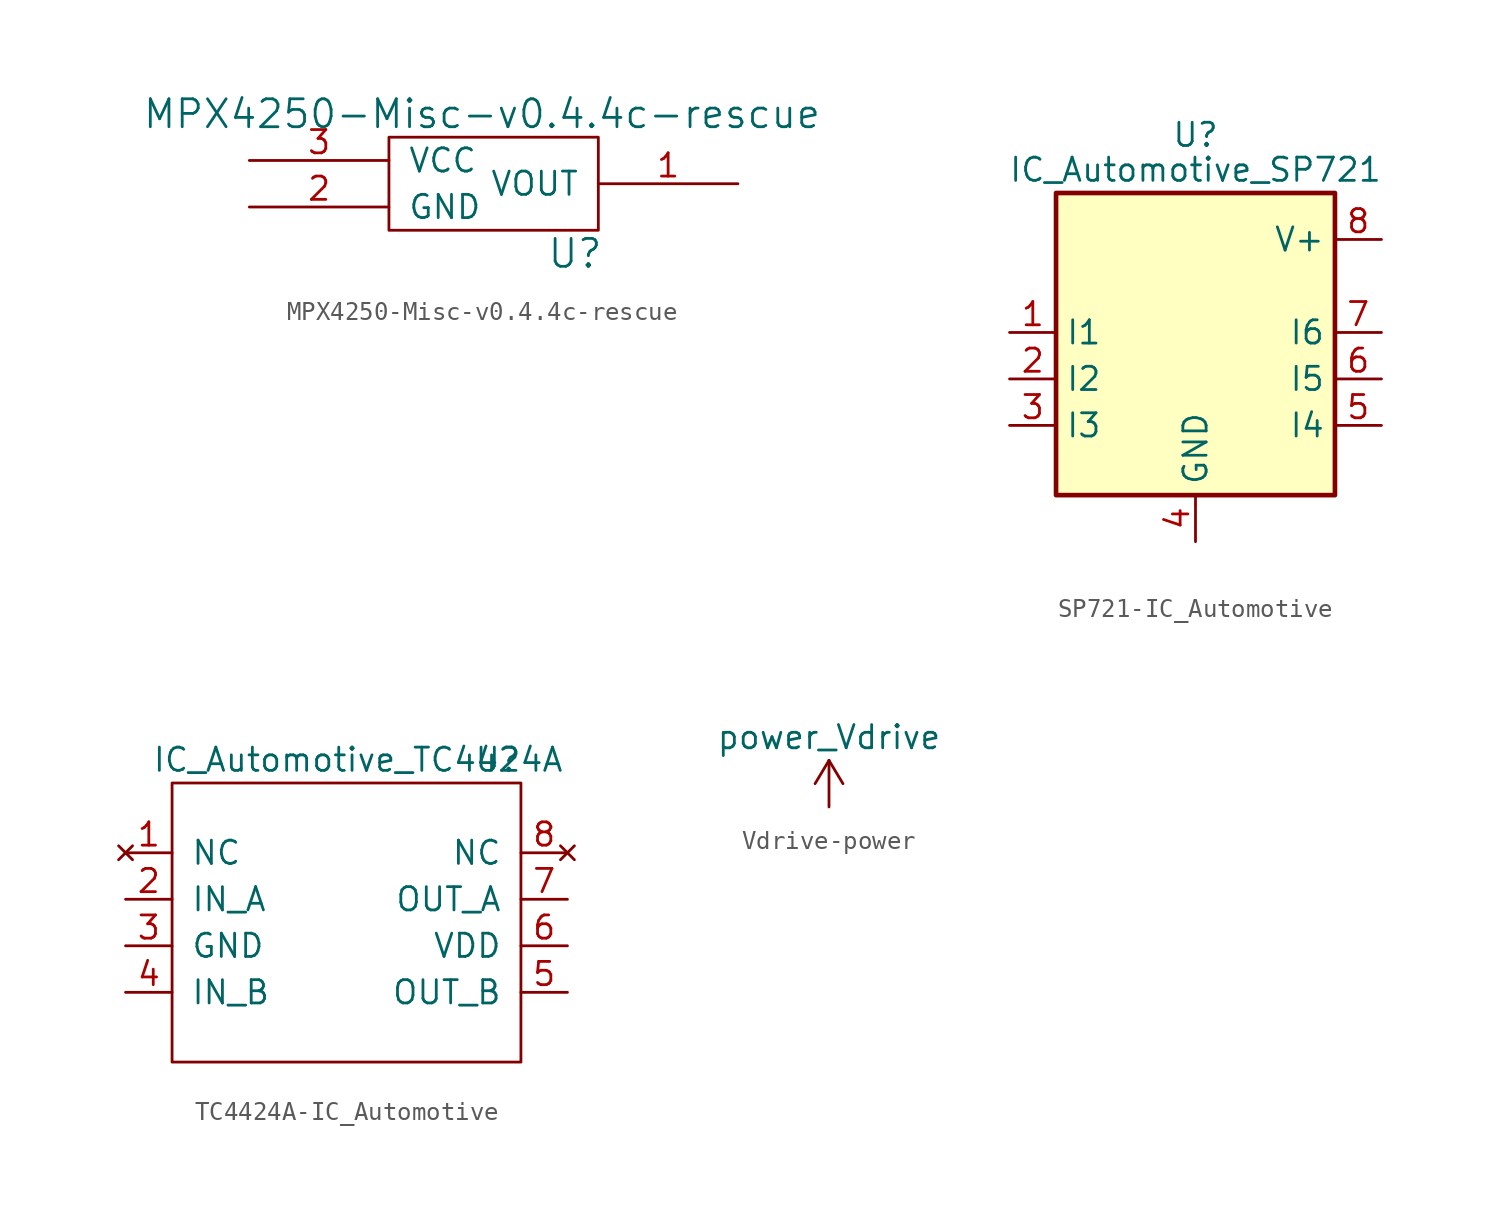
<source format=kicad_sym>
(kicad_symbol_lib
  (version 20231120)
  (generator "kicad_symbol_editor")
  (generator_version "8.0")
  (symbol "MPX4250-Misc-v0.4.4c-rescue"
    (pin_names
      (offset 1.016))
    (property "Reference" "U"
      (at 3.81 -3.81 0)
      (effects (font (size 1.524 1.524))))
    (property "Value" "MPX4250-Misc-v0.4.4c-rescue"
      (at -1.27 3.81 0)
      (effects (font (size 1.524 1.524))))
    (property "Footprint" ""
      (at -1.27 0 0)
      (effects (font (size 1.524 1.524))))
    (property "Datasheet" ""
      (at -1.27 0 0)
      (effects (font (size 1.524 1.524))))
    (symbol "MPX4250-Misc-v0.4.4c-rescue_0_1"
      (rectangle (start -6.35 2.54) (end 5.08 -2.54) (stroke (width 0) (type solid)) (fill (type none))))
    (symbol "MPX4250-Misc-v0.4.4c-rescue_1_1"
      (pin output line (at 12.7 0 180) (length 7.62) (name "VOUT" (effects (font (size 1.27 1.27)))) (number "1" (effects (font (size 1.27 1.27)))))
      (pin power_in line (at -13.97 -1.27 0) (length 7.62) (name "GND" (effects (font (size 1.27 1.27)))) (number "2" (effects (font (size 1.27 1.27)))))
      (pin power_in line (at -13.97 1.27 0) (length 7.62) (name "VCC" (effects (font (size 1.27 1.27)))) (number "3" (effects (font (size 1.27 1.27)))))))
  (symbol "SP721-IC_Automotive"
    (property "Reference" "U"
      (at 0 15.875 0)
      (effects (font (size 1.27 1.27))))
    (property "Value" "IC_Automotive_SP721"
      (at 0 13.97 0)
      (effects (font (size 1.27 1.27))))
    (symbol "SP721-IC_Automotive_0_1"
      (rectangle (start -7.62 -3.81) (end 7.62 12.7) (stroke (width 0.254) (type solid)) (fill (type background))))
    (symbol "SP721-IC_Automotive_1_1"
      (pin input line (at -10.16 5.08 0) (length 2.54) (name "I1" (effects (font (size 1.27 1.27)))) (number "1" (effects (font (size 1.27 1.27)))))
      (pin input line (at -10.16 2.54 0) (length 2.54) (name "I2" (effects (font (size 1.27 1.27)))) (number "2" (effects (font (size 1.27 1.27)))))
      (pin input line (at -10.16 0 0) (length 2.54) (name "I3" (effects (font (size 1.27 1.27)))) (number "3" (effects (font (size 1.27 1.27)))))
      (pin power_in line (at 0 -6.35 90) (length 2.54) (name "GND" (effects (font (size 1.27 1.27)))) (number "4" (effects (font (size 1.27 1.27)))))
      (pin input line (at 10.16 0 180) (length 2.54) (name "I4" (effects (font (size 1.27 1.27)))) (number "5" (effects (font (size 1.27 1.27)))))
      (pin input line (at 10.16 2.54 180) (length 2.54) (name "I5" (effects (font (size 1.27 1.27)))) (number "6" (effects (font (size 1.27 1.27)))))
      (pin input line (at 10.16 5.08 180) (length 2.54) (name "I6" (effects (font (size 1.27 1.27)))) (number "7" (effects (font (size 1.27 1.27)))))
      (pin power_in line (at 10.16 10.16 180) (length 2.54) (name "V+" (effects (font (size 1.27 1.27)))) (number "8" (effects (font (size 1.27 1.27)))))))
  (symbol "TC4424A-IC_Automotive"
    (pin_names
      (offset 1.016))
    (property "Reference" "U"
      (at -7.62 38.1 0)
      (effects (font (size 1.27 1.27))))
    (property "Value" "IC_Automotive_TC4424A"
      (at -15.24 38.1 0)
      (effects (font (size 1.27 1.27))))
    (symbol "TC4424A-IC_Automotive_0_1"
      (rectangle (start -25.4 36.83) (end -6.35 21.59) (stroke (width 0) (type solid)) (fill (type none))))
    (symbol "TC4424A-IC_Automotive_1_1"
      (pin no_connect line (at -27.94 33.02 0) (length 2.54) (name "NC" (effects (font (size 1.27 1.27)))) (number "1" (effects (font (size 1.27 1.27)))))
      (pin input line (at -27.94 30.48 0) (length 2.54) (name "IN_A" (effects (font (size 1.27 1.27)))) (number "2" (effects (font (size 1.27 1.27)))))
      (pin power_in line (at -27.94 27.94 0) (length 2.54) (name "GND" (effects (font (size 1.27 1.27)))) (number "3" (effects (font (size 1.27 1.27)))))
      (pin input line (at -27.94 25.4 0) (length 2.54) (name "IN_B" (effects (font (size 1.27 1.27)))) (number "4" (effects (font (size 1.27 1.27)))))
      (pin input line (at -3.81 25.4 180) (length 2.54) (name "OUT_B" (effects (font (size 1.27 1.27)))) (number "5" (effects (font (size 1.27 1.27)))))
      (pin power_in line (at -3.81 27.94 180) (length 2.54) (name "VDD" (effects (font (size 1.27 1.27)))) (number "6" (effects (font (size 1.27 1.27)))))
      (pin output line (at -3.81 30.48 180) (length 2.54) (name "OUT_A" (effects (font (size 1.27 1.27)))) (number "7" (effects (font (size 1.27 1.27)))))
      (pin no_connect line (at -3.81 33.02 180) (length 2.54) (name "NC" (effects (font (size 1.27 1.27)))) (number "8" (effects (font (size 1.27 1.27)))))))
  (symbol "Vdrive-power"
    (power)
    (pin_names
      (offset 0))
    (property "Reference" "#PWR"
      (at -5.08 -3.81 0)
      (effects (font (size 1.27 1.27)) (hide yes)))
    (property "Value" "power_Vdrive"
      (at 0 3.81 0)
      (effects (font (size 1.27 1.27))))
    (symbol "Vdrive-power_0_1"
      (polyline (pts (xy -0.762 1.27) (xy 0 2.54)) (stroke (width 0) (type solid)) (fill (type none)))
      (polyline (pts (xy 0 0) (xy 0 2.54)) (stroke (width 0) (type solid)) (fill (type none)))
      (polyline (pts (xy 0 2.54) (xy 0.762 1.27)) (stroke (width 0) (type solid)) (fill (type none))))
    (symbol "Vdrive-power_1_1"
      (pin power_in line (at 0 0 90) (length 0) hide (name "Vdrive" (effects (font (size 1.27 1.27)))) (number "1" (effects (font (size 1.27 1.27))))))))
</source>
